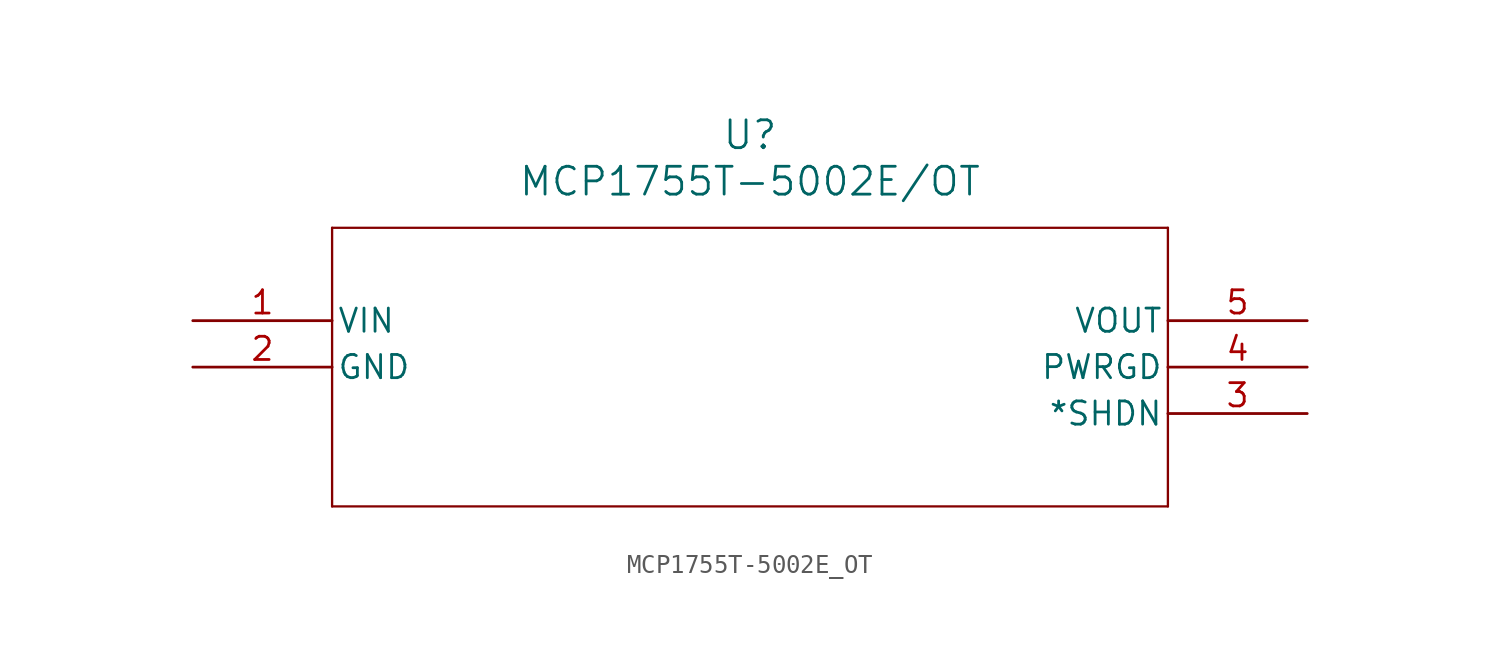
<source format=kicad_sym>
(kicad_symbol_lib
  (version 20211014)
  (generator kicad_symbol_editor)
  (symbol "MCP1755T-5002E_OT"
    (pin_names
      (offset 0.254))
    (property "Reference" "U"
      (at 30.48 10.16 0)
      (effects (font (size 1.524 1.524))))
    (property "Value" "MCP1755T-5002E/OT"
      (at 30.48 7.62 0)
      (effects (font (size 1.524 1.524))))
    (symbol "MCP1755T-5002E_OT_0_1"
      (polyline (pts (xy 7.62 5.08) (xy 7.62 -10.16)) (stroke (width .127) (type default) (color 0 0 0 0)) (fill (type none)))
      (polyline (pts (xy 7.62 -10.16) (xy 53.34 -10.16)) (stroke (width .127) (type default) (color 0 0 0 0)) (fill (type none)))
      (polyline (pts (xy 53.34 -10.16) (xy 53.34 5.08)) (stroke (width .127) (type default) (color 0 0 0 0)) (fill (type none)))
      (polyline (pts (xy 53.34 5.08) (xy 7.62 5.08)) (stroke (width .127) (type default) (color 0 0 0 0)) (fill (type none)))
      (pin input line (at 0 0 0) (length 7.62) (name "VIN" (effects (font (size 1.27 1.27)))) (number "1" (effects (font (size 1.27 1.27)))))
      (pin power_in line (at 0 -2.54 0) (length 7.62) (name "GND" (effects (font (size 1.27 1.27)))) (number "2" (effects (font (size 1.27 1.27)))))
      (pin input line (at 60.96 -5.08 180) (length 7.62) (name "*SHDN" (effects (font (size 1.27 1.27)))) (number "3" (effects (font (size 1.27 1.27)))))
      (pin output line (at 60.96 -2.54 180) (length 7.62) (name "PWRGD" (effects (font (size 1.27 1.27)))) (number "4" (effects (font (size 1.27 1.27)))))
      (pin output line (at 60.96 0 180) (length 7.62) (name "VOUT" (effects (font (size 1.27 1.27)))) (number "5" (effects (font (size 1.27 1.27))))))))
</source>
